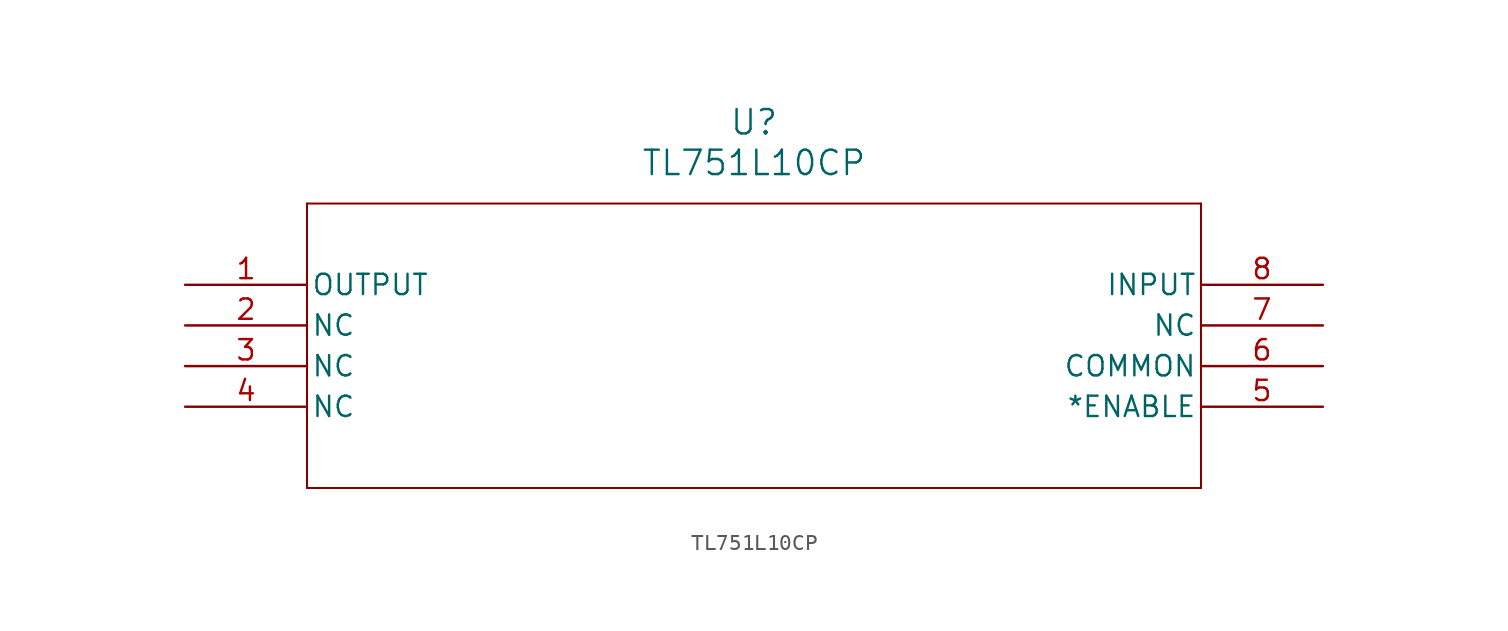
<source format=kicad_sym>
(kicad_symbol_lib
  (version 20211014)
  (generator kicad_symbol_editor)
  (symbol "TL751L10CP"
    (pin_names
      (offset 0.254))
    (property "Reference" "U"
      (at 35.56 10.16 0)
      (effects (font (size 1.524 1.524))))
    (property "Value" "TL751L10CP"
      (at 35.56 7.62 0)
      (effects (font (size 1.524 1.524))))
    (symbol "TL751L10CP_0_1"
      (polyline (pts (xy 7.62 5.08) (xy 7.62 -12.7)) (stroke (width 0.127) (type default) (color 0 0 0 0)) (fill (type none)))
      (polyline (pts (xy 7.62 -12.7) (xy 63.5 -12.7)) (stroke (width 0.127) (type default) (color 0 0 0 0)) (fill (type none)))
      (polyline (pts (xy 63.5 -12.7) (xy 63.5 5.08)) (stroke (width 0.127) (type default) (color 0 0 0 0)) (fill (type none)))
      (polyline (pts (xy 63.5 5.08) (xy 7.62 5.08)) (stroke (width 0.127) (type default) (color 0 0 0 0)) (fill (type none)))
      (pin output line (at 0 0 0) (length 7.62) (name "OUTPUT" (effects (font (size 1.27 1.27)))) (number "1" (effects (font (size 1.27 1.27)))))
      (pin unspecified line (at 0 -2.54 0) (length 7.62) (name "NC" (effects (font (size 1.27 1.27)))) (number "2" (effects (font (size 1.27 1.27)))))
      (pin unspecified line (at 0 -5.08 0) (length 7.62) (name "NC" (effects (font (size 1.27 1.27)))) (number "3" (effects (font (size 1.27 1.27)))))
      (pin unspecified line (at 0 -7.62 0) (length 7.62) (name "NC" (effects (font (size 1.27 1.27)))) (number "4" (effects (font (size 1.27 1.27)))))
      (pin unspecified line (at 71.12 -7.62 180) (length 7.62) (name "*ENABLE" (effects (font (size 1.27 1.27)))) (number "5" (effects (font (size 1.27 1.27)))))
      (pin unspecified line (at 71.12 -5.08 180) (length 7.62) (name "COMMON" (effects (font (size 1.27 1.27)))) (number "6" (effects (font (size 1.27 1.27)))))
      (pin unspecified line (at 71.12 -2.54 180) (length 7.62) (name "NC" (effects (font (size 1.27 1.27)))) (number "7" (effects (font (size 1.27 1.27)))))
      (pin input line (at 71.12 0 180) (length 7.62) (name "INPUT" (effects (font (size 1.27 1.27)))) (number "8" (effects (font (size 1.27 1.27))))))))
</source>
